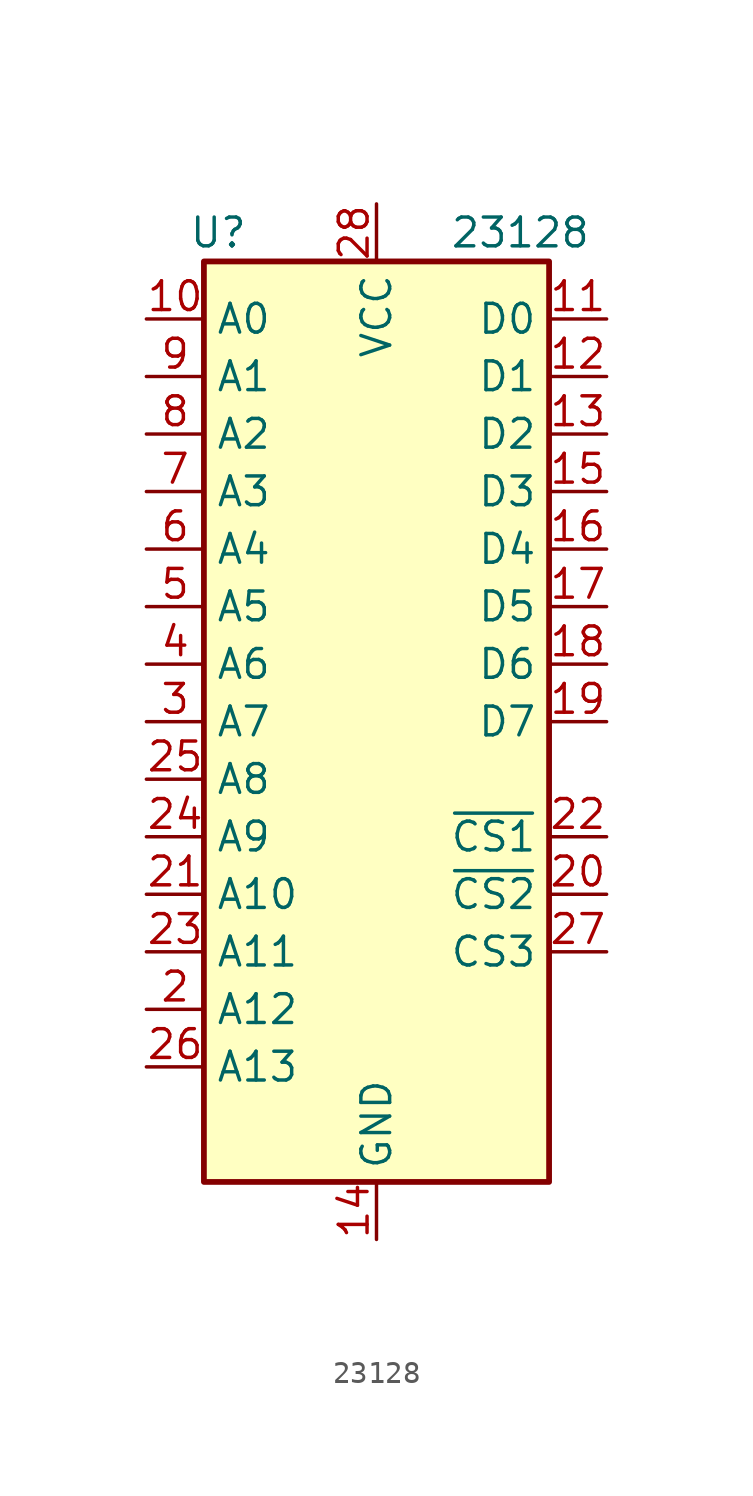
<source format=kicad_sym>
(kicad_symbol_lib
  (version 20220914)
  (generator kicad_symbol_editor)
  (symbol "23128"
    (property "Reference" "U"
      (at -6.985 21.59 0)
      (effects (font (size 1.27 1.27))))
    (property "Value" "23128"
      (at 6.35 21.59 0)
      (effects (font (size 1.27 1.27))))
    (symbol "23128_0_1"
      (rectangle (start -7.62 20.32) (end 7.62 -20.32) (stroke (width 0.254) (type solid)) (fill (type background))))
    (symbol "23128_1_1"
      (pin no_connect line (at 7.62 -15.24 180) (length 2.54) hide (name "NC" (effects (font (size 1.27 1.27)))) (number "1" (effects (font (size 1.27 1.27)))))
      (pin input line (at -10.16 17.78 0) (length 2.54) (name "A0" (effects (font (size 1.27 1.27)))) (number "10" (effects (font (size 1.27 1.27)))))
      (pin tri_state line (at 10.16 17.78 180) (length 2.54) (name "D0" (effects (font (size 1.27 1.27)))) (number "11" (effects (font (size 1.27 1.27)))))
      (pin tri_state line (at 10.16 15.24 180) (length 2.54) (name "D1" (effects (font (size 1.27 1.27)))) (number "12" (effects (font (size 1.27 1.27)))))
      (pin tri_state line (at 10.16 12.7 180) (length 2.54) (name "D2" (effects (font (size 1.27 1.27)))) (number "13" (effects (font (size 1.27 1.27)))))
      (pin power_in line (at 0 -22.86 90) (length 2.54) (name "GND" (effects (font (size 1.27 1.27)))) (number "14" (effects (font (size 1.27 1.27)))))
      (pin tri_state line (at 10.16 10.16 180) (length 2.54) (name "D3" (effects (font (size 1.27 1.27)))) (number "15" (effects (font (size 1.27 1.27)))))
      (pin tri_state line (at 10.16 7.62 180) (length 2.54) (name "D4" (effects (font (size 1.27 1.27)))) (number "16" (effects (font (size 1.27 1.27)))))
      (pin tri_state line (at 10.16 5.08 180) (length 2.54) (name "D5" (effects (font (size 1.27 1.27)))) (number "17" (effects (font (size 1.27 1.27)))))
      (pin tri_state line (at 10.16 2.54 180) (length 2.54) (name "D6" (effects (font (size 1.27 1.27)))) (number "18" (effects (font (size 1.27 1.27)))))
      (pin tri_state line (at 10.16 0 180) (length 2.54) (name "D7" (effects (font (size 1.27 1.27)))) (number "19" (effects (font (size 1.27 1.27)))))
      (pin input line (at -10.16 -12.7 0) (length 2.54) (name "A12" (effects (font (size 1.27 1.27)))) (number "2" (effects (font (size 1.27 1.27)))))
      (pin input line (at 10.16 -7.62 180) (length 2.54) (name "~{CS2}" (effects (font (size 1.27 1.27)))) (number "20" (effects (font (size 1.27 1.27)))))
      (pin input line (at -10.16 -7.62 0) (length 2.54) (name "A10" (effects (font (size 1.27 1.27)))) (number "21" (effects (font (size 1.27 1.27)))))
      (pin input line (at 10.16 -5.08 180) (length 2.54) (name "~{CS1}" (effects (font (size 1.27 1.27)))) (number "22" (effects (font (size 1.27 1.27)))))
      (pin input line (at -10.16 -10.16 0) (length 2.54) (name "A11" (effects (font (size 1.27 1.27)))) (number "23" (effects (font (size 1.27 1.27)))))
      (pin input line (at -10.16 -5.08 0) (length 2.54) (name "A9" (effects (font (size 1.27 1.27)))) (number "24" (effects (font (size 1.27 1.27)))))
      (pin input line (at -10.16 -2.54 0) (length 2.54) (name "A8" (effects (font (size 1.27 1.27)))) (number "25" (effects (font (size 1.27 1.27)))))
      (pin input line (at -10.16 -15.24 0) (length 2.54) (name "A13" (effects (font (size 1.27 1.27)))) (number "26" (effects (font (size 1.27 1.27)))))
      (pin input line (at 10.16 -10.16 180) (length 2.54) (name "CS3" (effects (font (size 1.27 1.27)))) (number "27" (effects (font (size 1.27 1.27)))))
      (pin power_in line (at 0 22.86 270) (length 2.54) (name "VCC" (effects (font (size 1.27 1.27)))) (number "28" (effects (font (size 1.27 1.27)))))
      (pin input line (at -10.16 0 0) (length 2.54) (name "A7" (effects (font (size 1.27 1.27)))) (number "3" (effects (font (size 1.27 1.27)))))
      (pin input line (at -10.16 2.54 0) (length 2.54) (name "A6" (effects (font (size 1.27 1.27)))) (number "4" (effects (font (size 1.27 1.27)))))
      (pin input line (at -10.16 5.08 0) (length 2.54) (name "A5" (effects (font (size 1.27 1.27)))) (number "5" (effects (font (size 1.27 1.27)))))
      (pin input line (at -10.16 7.62 0) (length 2.54) (name "A4" (effects (font (size 1.27 1.27)))) (number "6" (effects (font (size 1.27 1.27)))))
      (pin input line (at -10.16 10.16 0) (length 2.54) (name "A3" (effects (font (size 1.27 1.27)))) (number "7" (effects (font (size 1.27 1.27)))))
      (pin input line (at -10.16 12.7 0) (length 2.54) (name "A2" (effects (font (size 1.27 1.27)))) (number "8" (effects (font (size 1.27 1.27)))))
      (pin input line (at -10.16 15.24 0) (length 2.54) (name "A1" (effects (font (size 1.27 1.27)))) (number "9" (effects (font (size 1.27 1.27))))))))
</source>
